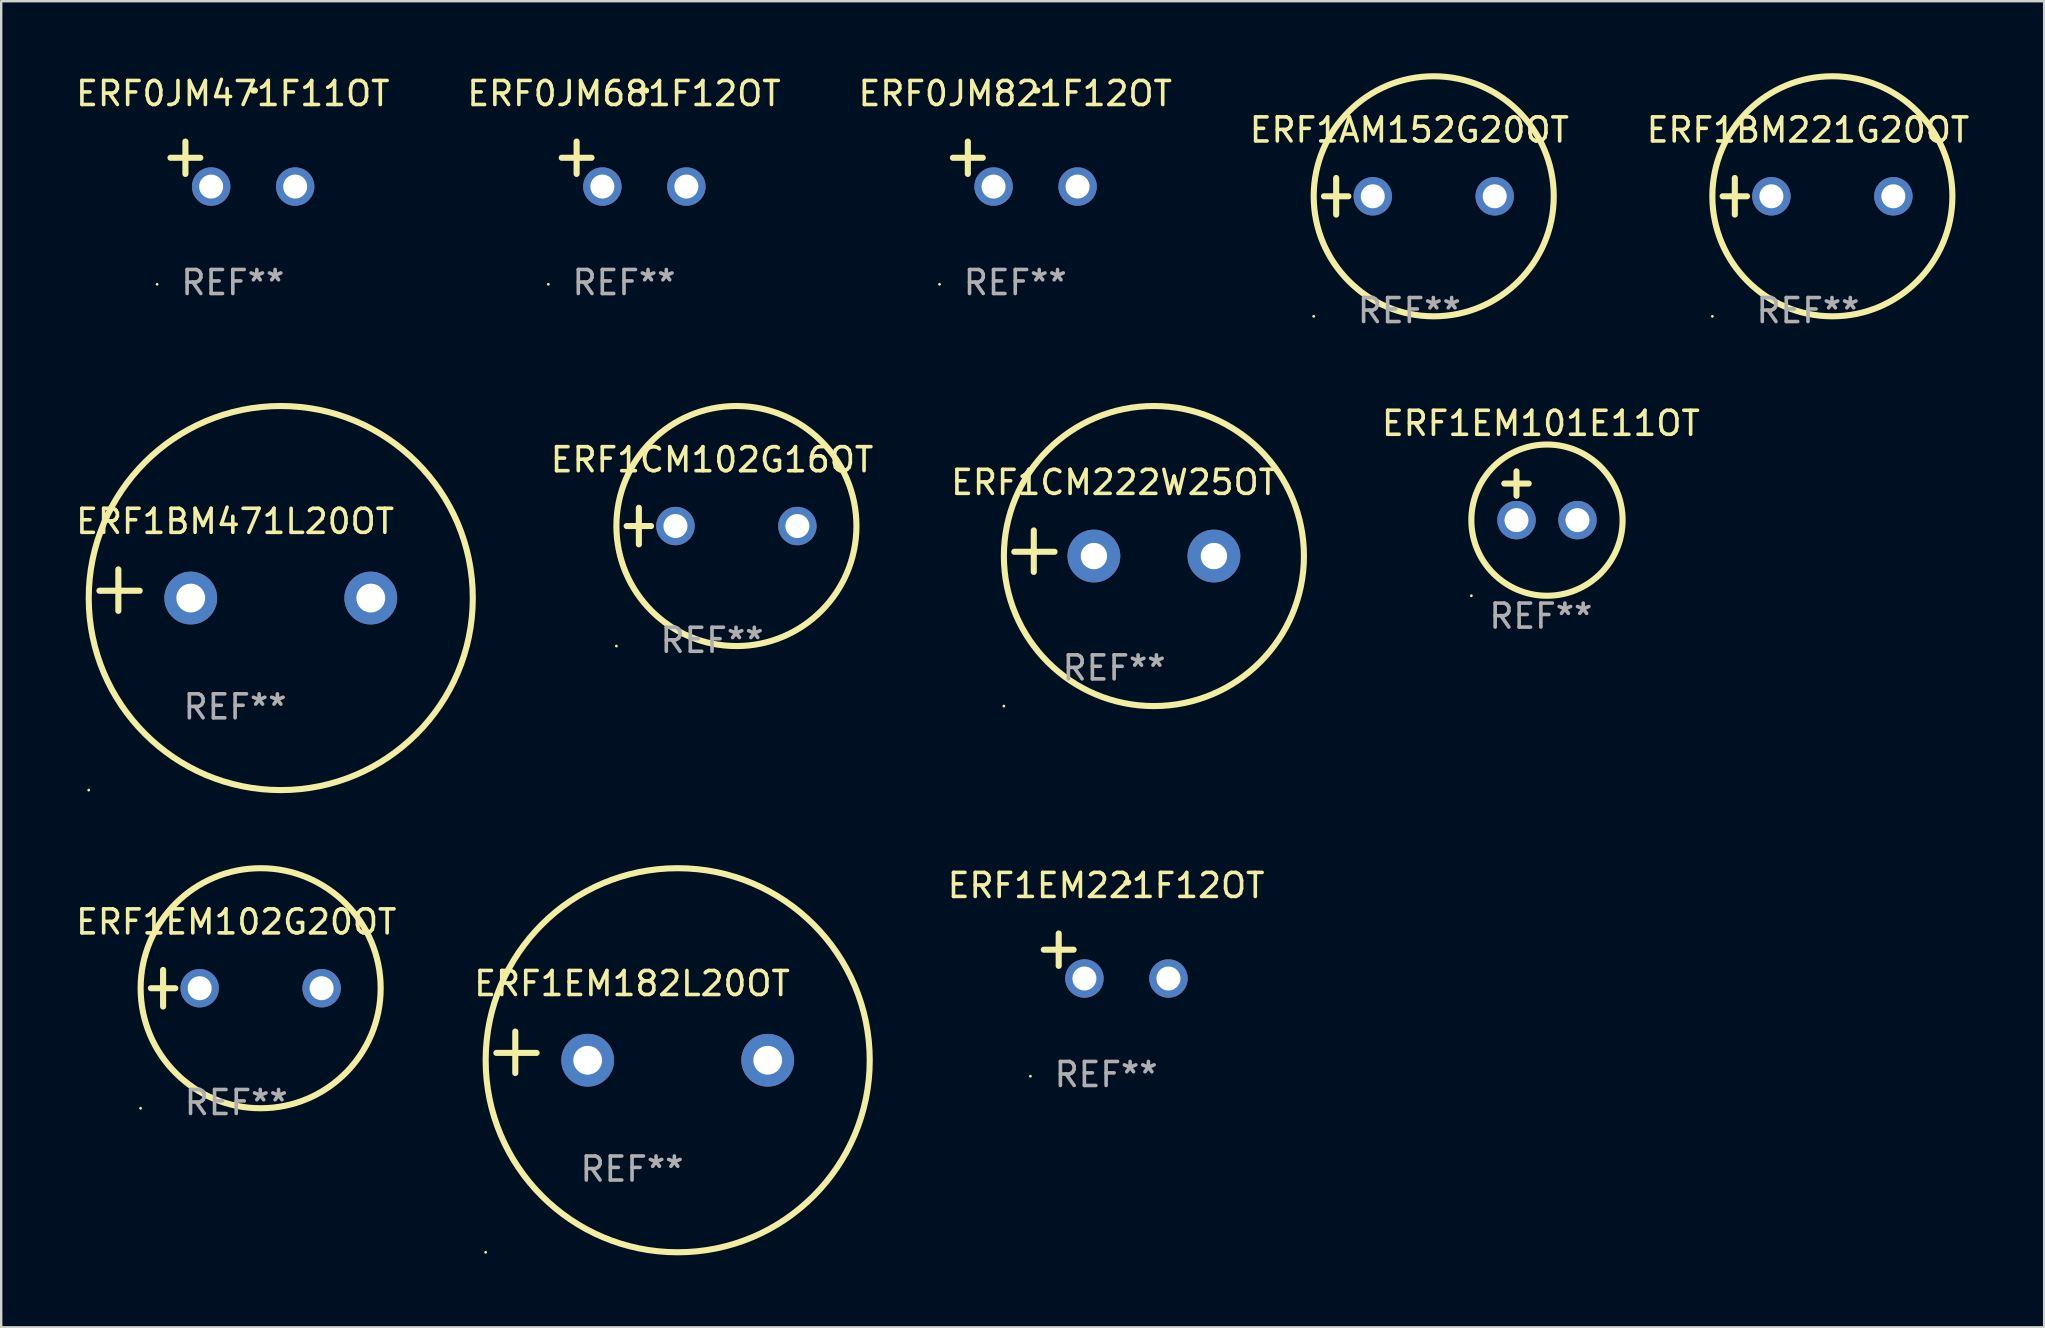
<source format=kicad_pcb>
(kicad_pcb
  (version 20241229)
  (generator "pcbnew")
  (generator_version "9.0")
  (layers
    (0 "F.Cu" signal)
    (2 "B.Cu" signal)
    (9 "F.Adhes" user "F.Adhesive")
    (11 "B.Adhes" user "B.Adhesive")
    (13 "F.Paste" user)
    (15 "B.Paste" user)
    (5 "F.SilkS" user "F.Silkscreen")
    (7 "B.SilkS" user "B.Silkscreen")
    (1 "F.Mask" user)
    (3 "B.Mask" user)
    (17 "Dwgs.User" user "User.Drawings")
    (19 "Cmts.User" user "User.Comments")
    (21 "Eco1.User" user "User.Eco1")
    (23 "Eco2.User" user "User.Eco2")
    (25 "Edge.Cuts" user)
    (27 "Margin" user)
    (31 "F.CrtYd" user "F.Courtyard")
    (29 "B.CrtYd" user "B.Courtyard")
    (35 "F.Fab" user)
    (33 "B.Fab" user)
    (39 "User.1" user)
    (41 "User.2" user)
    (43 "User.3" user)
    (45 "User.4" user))
  (footprint "ERF1EM102G20OT"
    (layer "F.Cu")
    (at 6.792 38.118)
    (property "Reference" "ERF1EM102G20OT" (at 0 -2.762 0) (layer "F.SilkS") (effects (font (size 1 1) (thickness 0.15))))
    (attr through_hole)
    (fp_line (start -3.556 0) (end -2.54 0) (stroke (width 0.254) (type solid)) (layer "F.SilkS"))
    (fp_line (start -3.048 -0.762) (end -3.048 0.762) (stroke (width 0.254) (type solid)) (layer "F.SilkS"))
    (fp_circle (center -3.984 5) (end -3.954 5) (stroke (width 0.06) (type solid)) (fill no) (layer "F.SilkS"))
    (fp_circle (center 1.016 0) (end 6.016 0) (stroke (width 0.254) (type solid)) (fill no) (layer "F.SilkS"))
    (fp_text user "REF**" (at 0 4.762 0) (layer "F.Fab") (effects (font (size 1 1) (thickness 0.15))))
    (pad "1" thru_hole circle (at -1.524 0) (size 1.6 1.6) (drill 1) (layers "*.Cu" "*.Mask"))
    (pad "2" thru_hole circle (at 3.556 0) (size 1.6 1.6) (drill 1) (layers "*.Cu" "*.Mask")))
  (footprint "ERF1EM101E11OT"
    (layer "F.Cu")
    (at 61.141 17.602)
    (property "Reference" "ERF1EM101E11OT" (at 0 -3.016 0) (layer "F.SilkS") (effects (font (size 1 1) (thickness 0.15))))
    (attr through_hole)
    (fp_line (start -1.524 -0.508) (end -0.508 -0.508) (stroke (width 0.254) (type solid)) (layer "F.SilkS"))
    (fp_line (start -1.016 -1.016) (end -1.016 0) (stroke (width 0.254) (type solid)) (layer "F.SilkS"))
    (fp_circle (center -2.896 4.166) (end -2.866 4.166) (stroke (width 0.06) (type solid)) (fill no) (layer "F.SilkS"))
    (fp_circle (center 0.254 1.016) (end 3.404 1.016) (stroke (width 0.254) (type solid)) (fill no) (layer "F.SilkS"))
    (fp_text user "REF**" (at 0 5.016 0) (layer "F.Fab") (effects (font (size 1 1) (thickness 0.15))))
    (pad "1" thru_hole circle (at -1.016 1.016) (size 1.6 1.6) (drill 1) (layers "*.Cu" "*.Mask"))
    (pad "2" thru_hole circle (at 1.524 1.016) (size 1.6 1.6) (drill 1) (layers "*.Cu" "*.Mask")))
  (footprint "ERF1EM221F12OT"
    (layer "F.Cu")
    (at 43.029 36.776)
    (property "Reference" "ERF1EM221F12OT" (at 0 -2.937 0) (layer "F.SilkS") (effects (font (size 1 1) (thickness 0.15))))
    (attr through_hole)
    (fp_line (start -1.975 0.41) (end -1.975 -0.937) (stroke (width 0.254) (type solid)) (layer "F.SilkS"))
    (fp_line (start -1.353 -0.263) (end -2.597 -0.263) (stroke (width 0.254) (type solid)) (layer "F.SilkS"))
    (fp_arc (start 0.849809 -3.063957) (mid 0.885369 -3.064114) (end 0.920929 -3.063957) (stroke (width 0.254001) (type solid)) (layer "F.SilkS"))
    (fp_circle (center -3.154 5.008) (end -3.124 5.008) (stroke (width 0.06) (type solid)) (fill no) (layer "F.SilkS"))
    (fp_text user "REF**" (at 0 4.937 0) (layer "F.Fab") (effects (font (size 1 1) (thickness 0.15))))
    (pad "1" thru_hole circle (at -0.903 0.937) (size 1.6 1.6) (drill 1) (layers "*.Cu" "*.Mask"))
    (pad "2" thru_hole circle (at 2.597 0.937) (size 1.6 1.6) (drill 1) (layers "*.Cu" "*.Mask")))
  (footprint "ERF1EM182L20OT"
    (layer "F.Cu")
    (at 23.28 40.788)
    (property "Reference" "ERF1EM182L20OT" (at 0 -2.864 0) (layer "F.SilkS") (effects (font (size 1 1) (thickness 0.15))))
    (attr through_hole)
    (fp_line (start -4.864 0.864) (end -4.864 -0.864) (stroke (width 0.254) (type solid)) (layer "F.SilkS"))
    (fp_line (start -3.975 0.025) (end -5.652 0.025) (stroke (width 0.254) (type solid)) (layer "F.SilkS"))
    (fp_circle (center -6.098 8.33) (end -6.068 8.33) (stroke (width 0.06) (type solid)) (fill no) (layer "F.SilkS"))
    (fp_circle (center 1.902 0.33) (end 9.902 0.33) (stroke (width 0.254) (type solid)) (fill no) (layer "F.SilkS"))
    (fp_text user "REF**" (at 0 4.864 0) (layer "F.Fab") (effects (font (size 1 1) (thickness 0.15))))
    (pad "1" thru_hole circle (at -1.848 0.33) (size 2.2 2.2) (drill 1.2) (layers "*.Cu" "*.Mask"))
    (pad "2" thru_hole circle (at 5.652 0.33) (size 2.2 2.2) (drill 1.2) (layers "*.Cu" "*.Mask")))
  (footprint "ERF1BM471L20OT"
    (layer "F.Cu")
    (at 6.744 21.534)
    (property "Reference" "ERF1BM471L20OT" (at 0 -2.864 0) (layer "F.SilkS") (effects (font (size 1 1) (thickness 0.15))))
    (attr through_hole)
    (fp_line (start -4.864 0.864) (end -4.864 -0.864) (stroke (width 0.254) (type solid)) (layer "F.SilkS"))
    (fp_line (start -3.975 0.025) (end -5.652 0.025) (stroke (width 0.254) (type solid)) (layer "F.SilkS"))
    (fp_circle (center -6.098 8.33) (end -6.068 8.33) (stroke (width 0.06) (type solid)) (fill no) (layer "F.SilkS"))
    (fp_circle (center 1.902 0.33) (end 9.902 0.33) (stroke (width 0.254) (type solid)) (fill no) (layer "F.SilkS"))
    (fp_text user "REF**" (at 0 4.864 0) (layer "F.Fab") (effects (font (size 1 1) (thickness 0.15))))
    (pad "1" thru_hole circle (at -1.848 0.33) (size 2.2 2.2) (drill 1.2) (layers "*.Cu" "*.Mask"))
    (pad "2" thru_hole circle (at 5.652 0.33) (size 2.2 2.2) (drill 1.2) (layers "*.Cu" "*.Mask")))
  (footprint "ERF1CM102G16OT"
    (layer "F.Cu")
    (at 26.612 18.864)
    (property "Reference" "ERF1CM102G16OT" (at 0 -2.762 0) (layer "F.SilkS") (effects (font (size 1 1) (thickness 0.15))))
    (attr through_hole)
    (fp_line (start -3.556 0) (end -2.54 0) (stroke (width 0.254) (type solid)) (layer "F.SilkS"))
    (fp_line (start -3.048 -0.762) (end -3.048 0.762) (stroke (width 0.254) (type solid)) (layer "F.SilkS"))
    (fp_circle (center -3.984 5) (end -3.954 5) (stroke (width 0.06) (type solid)) (fill no) (layer "F.SilkS"))
    (fp_circle (center 1.016 0) (end 6.016 0) (stroke (width 0.254) (type solid)) (fill no) (layer "F.SilkS"))
    (fp_text user "REF**" (at 0 4.762 0) (layer "F.Fab") (effects (font (size 1 1) (thickness 0.15))))
    (pad "1" thru_hole circle (at -1.524 0) (size 1.6 1.6) (drill 1) (layers "*.Cu" "*.Mask"))
    (pad "2" thru_hole circle (at 3.556 0) (size 1.6 1.6) (drill 1) (layers "*.Cu" "*.Mask")))
  (footprint "ERF0JM681F12OT"
    (layer "F.Cu")
    (at 22.946 3.785)
    (property "Reference" "ERF0JM681F12OT" (at 0 -2.937 0) (layer "F.SilkS") (effects (font (size 1 1) (thickness 0.15))))
    (attr through_hole)
    (fp_line (start -1.975 0.41) (end -1.975 -0.937) (stroke (width 0.254) (type solid)) (layer "F.SilkS"))
    (fp_line (start -1.353 -0.263) (end -2.597 -0.263) (stroke (width 0.254) (type solid)) (layer "F.SilkS"))
    (fp_arc (start 0.849809 -3.063957) (mid 0.885369 -3.064114) (end 0.920929 -3.063957) (stroke (width 0.254001) (type solid)) (layer "F.SilkS"))
    (fp_circle (center -3.154 5.008) (end -3.124 5.008) (stroke (width 0.06) (type solid)) (fill no) (layer "F.SilkS"))
    (fp_text user "REF**" (at 0 4.937 0) (layer "F.Fab") (effects (font (size 1 1) (thickness 0.15))))
    (pad "1" thru_hole circle (at -0.903 0.937) (size 1.6 1.6) (drill 1) (layers "*.Cu" "*.Mask"))
    (pad "2" thru_hole circle (at 2.597 0.937) (size 1.6 1.6) (drill 1) (layers "*.Cu" "*.Mask")))
  (footprint "ERF1CM222W25OT"
    (layer "F.Cu")
    (at 43.362 19.911)
    (property "Reference" "ERF1CM222W25OT" (at 0 -2.864 0) (layer "F.SilkS") (effects (font (size 1 1) (thickness 0.15))))
    (attr through_hole)
    (fp_line (start -3.346 0.864) (end -3.346 -0.864) (stroke (width 0.254) (type solid)) (layer "F.SilkS"))
    (fp_line (start -2.482 0.025) (end -4.158 0.025) (stroke (width 0.254) (type solid)) (layer "F.SilkS"))
    (fp_circle (center -4.592 6.453) (end -4.562 6.453) (stroke (width 0.06) (type solid)) (fill no) (layer "F.SilkS"))
    (fp_circle (center 1.658 0.203) (end 7.908 0.203) (stroke (width 0.254) (type solid)) (fill no) (layer "F.SilkS"))
    (fp_text user "REF**" (at 0 4.864 0) (layer "F.Fab") (effects (font (size 1 1) (thickness 0.15))))
    (pad "1" thru_hole circle (at -0.842 0.203) (size 2.2 2.2) (drill 1.1) (layers "*.Cu" "*.Mask"))
    (pad "2" thru_hole circle (at 4.158 0.203) (size 2.2 2.2) (drill 1.1) (layers "*.Cu" "*.Mask")))
  (footprint "ERF1AM152G20OT"
    (layer "F.Cu")
    (at 55.661 5.127)
    (property "Reference" "ERF1AM152G20OT" (at 0 -2.762 0) (layer "F.SilkS") (effects (font (size 1 1) (thickness 0.15))))
    (attr through_hole)
    (fp_line (start -3.556 0) (end -2.54 0) (stroke (width 0.254) (type solid)) (layer "F.SilkS"))
    (fp_line (start -3.048 -0.762) (end -3.048 0.762) (stroke (width 0.254) (type solid)) (layer "F.SilkS"))
    (fp_circle (center -3.984 5) (end -3.954 5) (stroke (width 0.06) (type solid)) (fill no) (layer "F.SilkS"))
    (fp_circle (center 1.016 0) (end 6.016 0) (stroke (width 0.254) (type solid)) (fill no) (layer "F.SilkS"))
    (fp_text user "REF**" (at 0 4.762 0) (layer "F.Fab") (effects (font (size 1 1) (thickness 0.15))))
    (pad "1" thru_hole circle (at -1.524 0) (size 1.6 1.6) (drill 1) (layers "*.Cu" "*.Mask"))
    (pad "2" thru_hole circle (at 3.556 0) (size 1.6 1.6) (drill 1) (layers "*.Cu" "*.Mask")))
  (footprint "ERF0JM471F11OT"
    (layer "F.Cu")
    (at 6.649 3.785)
    (property "Reference" "ERF0JM471F11OT" (at 0 -2.937 0) (layer "F.SilkS") (effects (font (size 1 1) (thickness 0.15))))
    (attr through_hole)
    (fp_line (start -1.975 0.41) (end -1.975 -0.937) (stroke (width 0.254) (type solid)) (layer "F.SilkS"))
    (fp_line (start -1.353 -0.263) (end -2.597 -0.263) (stroke (width 0.254) (type solid)) (layer "F.SilkS"))
    (fp_arc (start 0.849809 -3.063957) (mid 0.885369 -3.064114) (end 0.920929 -3.063957) (stroke (width 0.254001) (type solid)) (layer "F.SilkS"))
    (fp_circle (center -3.154 5.008) (end -3.124 5.008) (stroke (width 0.06) (type solid)) (fill no) (layer "F.SilkS"))
    (fp_text user "REF**" (at 0 4.937 0) (layer "F.Fab") (effects (font (size 1 1) (thickness 0.15))))
    (pad "1" thru_hole circle (at -0.903 0.937) (size 1.6 1.6) (drill 1) (layers "*.Cu" "*.Mask"))
    (pad "2" thru_hole circle (at 2.597 0.937) (size 1.6 1.6) (drill 1) (layers "*.Cu" "*.Mask")))
  (footprint "ERF0JM821F12OT"
    (layer "F.Cu")
    (at 39.244 3.785)
    (property "Reference" "ERF0JM821F12OT" (at 0 -2.937 0) (layer "F.SilkS") (effects (font (size 1 1) (thickness 0.15))))
    (attr through_hole)
    (fp_line (start -1.975 0.41) (end -1.975 -0.937) (stroke (width 0.254) (type solid)) (layer "F.SilkS"))
    (fp_line (start -1.353 -0.263) (end -2.597 -0.263) (stroke (width 0.254) (type solid)) (layer "F.SilkS"))
    (fp_arc (start 0.849809 -3.063957) (mid 0.885369 -3.064114) (end 0.920929 -3.063957) (stroke (width 0.254001) (type solid)) (layer "F.SilkS"))
    (fp_circle (center -3.154 5.008) (end -3.124 5.008) (stroke (width 0.06) (type solid)) (fill no) (layer "F.SilkS"))
    (fp_text user "REF**" (at 0 4.937 0) (layer "F.Fab") (effects (font (size 1 1) (thickness 0.15))))
    (pad "1" thru_hole circle (at -0.903 0.937) (size 1.6 1.6) (drill 1) (layers "*.Cu" "*.Mask"))
    (pad "2" thru_hole circle (at 2.597 0.937) (size 1.6 1.6) (drill 1) (layers "*.Cu" "*.Mask")))
  (footprint "ERF1BM221G20OT"
    (layer "F.Cu")
    (at 72.268 5.127)
    (property "Reference" "ERF1BM221G20OT" (at 0 -2.762 0) (layer "F.SilkS") (effects (font (size 1 1) (thickness 0.15))))
    (attr through_hole)
    (fp_line (start -3.556 0) (end -2.54 0) (stroke (width 0.254) (type solid)) (layer "F.SilkS"))
    (fp_line (start -3.048 -0.762) (end -3.048 0.762) (stroke (width 0.254) (type solid)) (layer "F.SilkS"))
    (fp_circle (center -3.984 5) (end -3.954 5) (stroke (width 0.06) (type solid)) (fill no) (layer "F.SilkS"))
    (fp_circle (center 1.016 0) (end 6.016 0) (stroke (width 0.254) (type solid)) (fill no) (layer "F.SilkS"))
    (fp_text user "REF**" (at 0 4.762 0) (layer "F.Fab") (effects (font (size 1 1) (thickness 0.15))))
    (pad "1" thru_hole circle (at -1.524 0) (size 1.6 1.6) (drill 1) (layers "*.Cu" "*.Mask"))
    (pad "2" thru_hole circle (at 3.556 0) (size 1.6 1.6) (drill 1) (layers "*.Cu" "*.Mask")))
  (gr_rect
    (start -3 -3)
    (end 82.107 52.245)
    (stroke (width 0.1) (type default))
    (fill no)
    (layer "Edge.Cuts")))
</source>
